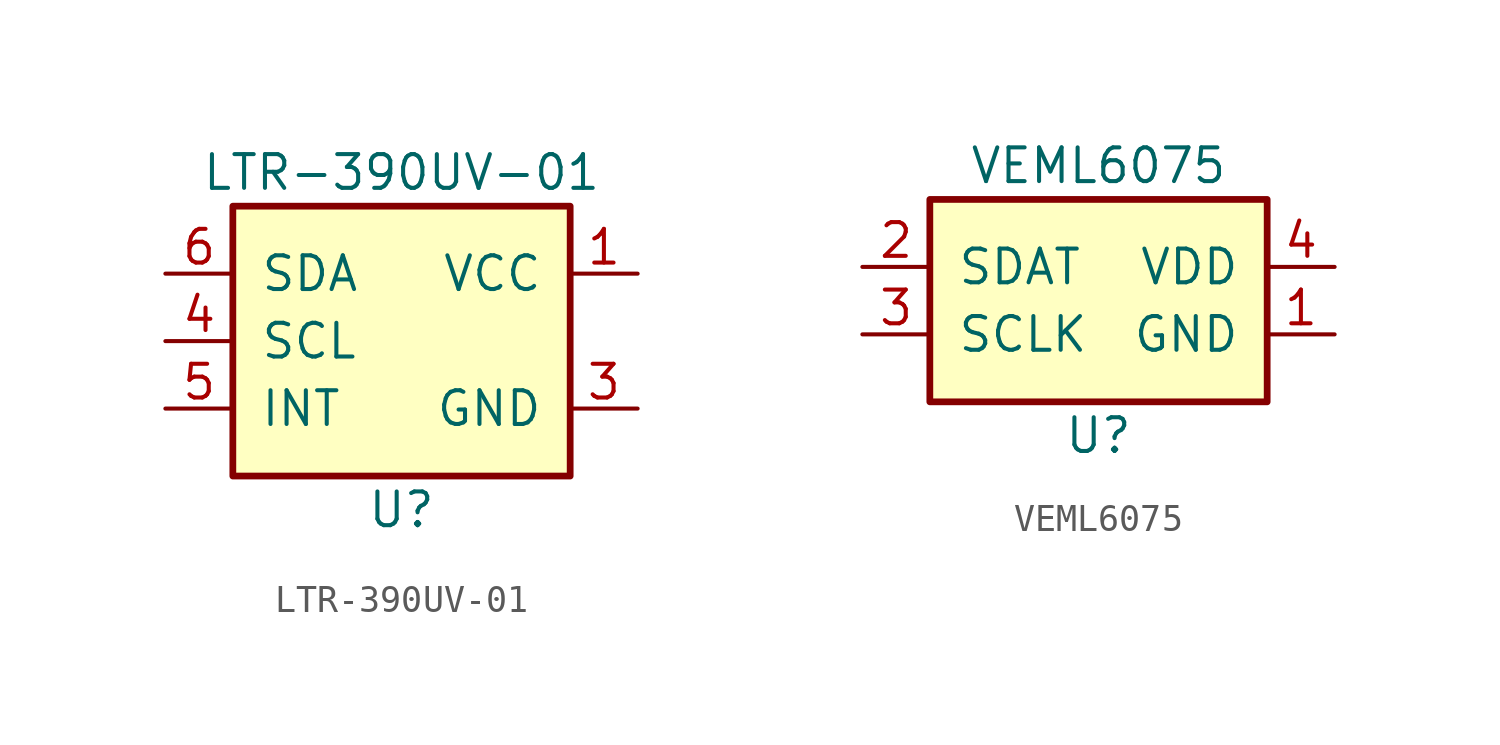
<source format=kicad_sym>
(kicad_symbol_lib
  (version 20211014)
  (generator kicad_symbol_editor)
  (symbol "LTR-390UV-01"
    (pin_names
      (offset 1.016))
    (property "Reference" "U"
      (at 0 -7.62 0)
      (effects (font (size 1.27 1.27))))
    (property "Value" "LTR-390UV-01"
      (at 0 5.08 0)
      (effects (font (size 1.27 1.27))))
    (symbol "LTR-390UV-01_0_1"
      (rectangle (start -6.35 3.81) (end 6.35 -6.35) (stroke (width 0.254) (type default) (color 0 0 0 0)) (fill (type background))))
    (symbol "LTR-390UV-01_1_1"
      (pin power_in line (at 8.89 1.27 180) (length 2.54) (name "VCC" (effects (font (size 1.27 1.27)))) (number "1" (effects (font (size 1.27 1.27)))))
      (pin no_connect line (at 6.35 -1.27 180) (length 2.54) hide (name "NC" (effects (font (size 1.27 1.27)))) (number "2" (effects (font (size 1.27 1.27)))))
      (pin power_in line (at 8.89 -3.81 180) (length 2.54) (name "GND" (effects (font (size 1.27 1.27)))) (number "3" (effects (font (size 1.27 1.27)))))
      (pin input line (at -8.89 -1.27 0) (length 2.54) (name "SCL" (effects (font (size 1.27 1.27)))) (number "4" (effects (font (size 1.27 1.27)))))
      (pin output line (at -8.89 -3.81 0) (length 2.54) (name "INT" (effects (font (size 1.27 1.27)))) (number "5" (effects (font (size 1.27 1.27)))))
      (pin bidirectional line (at -8.89 1.27 0) (length 2.54) (name "SDA" (effects (font (size 1.27 1.27)))) (number "6" (effects (font (size 1.27 1.27)))))))
  (symbol "VEML6075"
    (pin_names
      (offset 1.016))
    (property "Reference" "U"
      (at 0 -5.08 0)
      (effects (font (size 1.27 1.27))))
    (property "Value" "VEML6075"
      (at 0 5.08 0)
      (effects (font (size 1.27 1.27))))
    (symbol "VEML6075_0_1"
      (rectangle (start -6.35 3.81) (end 6.35 -3.81) (stroke (width 0.254) (type default) (color 0 0 0 0)) (fill (type background))))
    (symbol "VEML6075_1_1"
      (pin power_in line (at 8.89 -1.27 180) (length 2.54) (name "GND" (effects (font (size 1.27 1.27)))) (number "1" (effects (font (size 1.27 1.27)))))
      (pin bidirectional line (at -8.89 1.27 0) (length 2.54) (name "SDAT" (effects (font (size 1.27 1.27)))) (number "2" (effects (font (size 1.27 1.27)))))
      (pin input line (at -8.89 -1.27 0) (length 2.54) (name "SCLK" (effects (font (size 1.27 1.27)))) (number "3" (effects (font (size 1.27 1.27)))))
      (pin power_in line (at 8.89 1.27 180) (length 2.54) (name "VDD" (effects (font (size 1.27 1.27)))) (number "4" (effects (font (size 1.27 1.27))))))))
</source>
